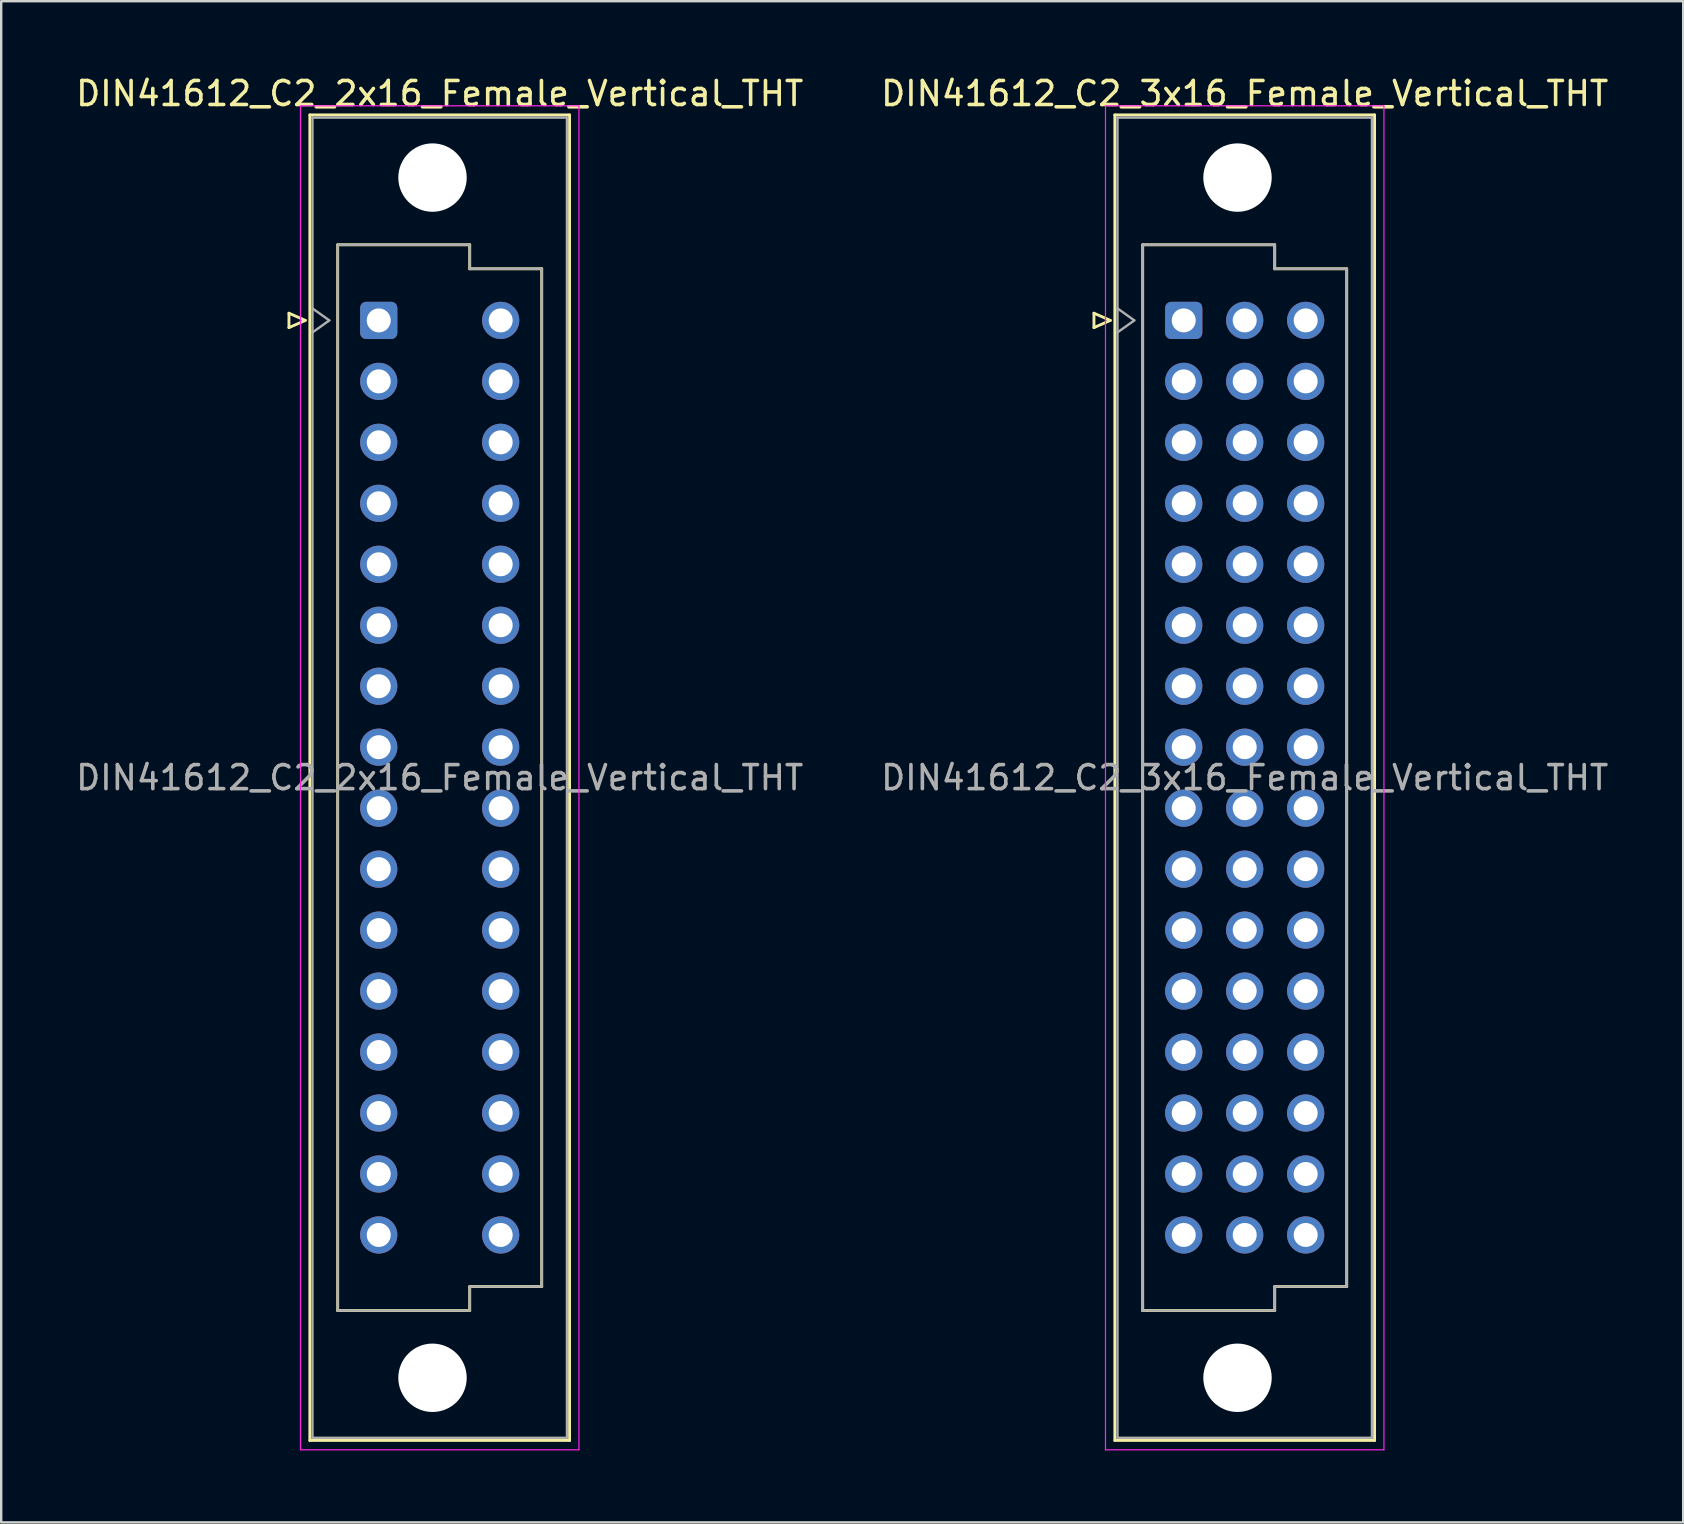
<source format=kicad_pcb>
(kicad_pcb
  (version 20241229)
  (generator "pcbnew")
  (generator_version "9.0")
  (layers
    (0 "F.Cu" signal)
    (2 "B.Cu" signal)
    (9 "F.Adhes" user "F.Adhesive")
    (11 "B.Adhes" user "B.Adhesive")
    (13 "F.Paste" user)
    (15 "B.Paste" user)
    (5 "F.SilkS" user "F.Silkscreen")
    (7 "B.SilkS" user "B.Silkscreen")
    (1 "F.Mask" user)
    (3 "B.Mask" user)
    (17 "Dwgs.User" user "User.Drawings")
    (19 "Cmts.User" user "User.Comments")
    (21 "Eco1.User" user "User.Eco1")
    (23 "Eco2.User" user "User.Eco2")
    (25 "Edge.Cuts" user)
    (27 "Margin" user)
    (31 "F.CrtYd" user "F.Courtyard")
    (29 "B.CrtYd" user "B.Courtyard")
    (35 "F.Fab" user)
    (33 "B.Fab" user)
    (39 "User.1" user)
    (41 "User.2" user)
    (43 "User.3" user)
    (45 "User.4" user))
  (footprint "DIN41612_C2_3x16_Female_Vertical_THT"
    (layer "F.Cu")
    (at 46.264 10.298)
    (property "Reference" "DIN41612_C2_3x16_Female_Vertical_THT" (at 2.54 -9.45 0) (layer "F.SilkS") (effects (font (size 1 1) (thickness 0.15))))
    (attr through_hole)
    (fp_line (start -3.74 -0.3) (end -3.74 0.3) (stroke (width 0.12) (type solid)) (layer "F.SilkS"))
    (fp_line (start -3.74 0.3) (end -3.06 0) (stroke (width 0.12) (type solid)) (layer "F.SilkS"))
    (fp_line (start -3.06 0) (end -3.74 -0.3) (stroke (width 0.12) (type solid)) (layer "F.SilkS"))
    (fp_line (start -2.87 -8.56) (end 7.95 -8.56) (stroke (width 0.12) (type solid)) (layer "F.SilkS"))
    (fp_line (start -2.87 46.66) (end -2.87 -8.56) (stroke (width 0.12) (type solid)) (layer "F.SilkS"))
    (fp_line (start -1.71 -3.15) (end 3.79 -3.15) (stroke (width 0.12) (type solid)) (layer "F.SilkS"))
    (fp_line (start -1.71 41.25) (end -1.71 -3.15) (stroke (width 0.12) (type solid)) (layer "F.SilkS"))
    (fp_line (start 3.79 -3.15) (end 3.79 -2.15) (stroke (width 0.12) (type solid)) (layer "F.SilkS"))
    (fp_line (start 3.79 -2.15) (end 6.79 -2.15) (stroke (width 0.12) (type solid)) (layer "F.SilkS"))
    (fp_line (start 3.79 40.25) (end 3.79 41.25) (stroke (width 0.12) (type solid)) (layer "F.SilkS"))
    (fp_line (start 3.79 41.25) (end -1.71 41.25) (stroke (width 0.12) (type solid)) (layer "F.SilkS"))
    (fp_line (start 6.79 -2.15) (end 6.79 40.25) (stroke (width 0.12) (type solid)) (layer "F.SilkS"))
    (fp_line (start 6.79 40.25) (end 3.79 40.25) (stroke (width 0.12) (type solid)) (layer "F.SilkS"))
    (fp_line (start 7.95 -8.56) (end 7.95 46.66) (stroke (width 0.12) (type solid)) (layer "F.SilkS"))
    (fp_line (start 7.95 46.66) (end -2.87 46.66) (stroke (width 0.12) (type solid)) (layer "F.SilkS"))
    (fp_line (start -3.26 -8.94) (end 8.34 -8.94) (stroke (width 0.05) (type solid)) (layer "F.CrtYd"))
    (fp_line (start -3.26 47.05) (end -3.26 -8.94) (stroke (width 0.05) (type solid)) (layer "F.CrtYd"))
    (fp_line (start 8.34 -8.94) (end 8.34 47.05) (stroke (width 0.05) (type solid)) (layer "F.CrtYd"))
    (fp_line (start 8.34 47.05) (end -3.26 47.05) (stroke (width 0.05) (type solid)) (layer "F.CrtYd"))
    (fp_line (start -2.76 -8.45) (end 7.84 -8.45) (stroke (width 0.1) (type solid)) (layer "F.Fab"))
    (fp_line (start -2.76 -0.5) (end -2.06 0) (stroke (width 0.1) (type solid)) (layer "F.Fab"))
    (fp_line (start -2.76 46.55) (end -2.76 -8.45) (stroke (width 0.1) (type solid)) (layer "F.Fab"))
    (fp_line (start -2.06 0) (end -2.76 0.5) (stroke (width 0.1) (type solid)) (layer "F.Fab"))
    (fp_line (start -1.71 -3.15) (end 3.79 -3.15) (stroke (width 0.1) (type solid)) (layer "F.Fab"))
    (fp_line (start -1.71 41.25) (end -1.71 -3.15) (stroke (width 0.1) (type solid)) (layer "F.Fab"))
    (fp_line (start 3.79 -3.15) (end 3.79 -2.15) (stroke (width 0.1) (type solid)) (layer "F.Fab"))
    (fp_line (start 3.79 -2.15) (end 6.79 -2.15) (stroke (width 0.1) (type solid)) (layer "F.Fab"))
    (fp_line (start 3.79 40.25) (end 3.79 41.25) (stroke (width 0.1) (type solid)) (layer "F.Fab"))
    (fp_line (start 3.79 41.25) (end -1.71 41.25) (stroke (width 0.1) (type solid)) (layer "F.Fab"))
    (fp_line (start 6.79 -2.15) (end 6.79 40.25) (stroke (width 0.1) (type solid)) (layer "F.Fab"))
    (fp_line (start 6.79 40.25) (end 3.79 40.25) (stroke (width 0.1) (type solid)) (layer "F.Fab"))
    (fp_line (start 7.84 -8.45) (end 7.84 46.55) (stroke (width 0.1) (type solid)) (layer "F.Fab"))
    (fp_line (start 7.84 46.55) (end -2.76 46.55) (stroke (width 0.1) (type solid)) (layer "F.Fab"))
    (fp_text user "${REFERENCE}" (at 2.54 19.05 0) (layer "F.Fab") (effects (font (size 1 1) (thickness 0.15))))
    (pad "" np_thru_hole circle (at 2.24 -5.95) (size 2.85 2.85) (drill 2.85) (layers "*.Cu" "*.Mask"))
    (pad "" np_thru_hole circle (at 2.24 44.05) (size 2.85 2.85) (drill 2.85) (layers "*.Cu" "*.Mask"))
    (pad "a1" thru_hole roundrect (at 0 0) (size 1.55 1.55) (drill 1) (layers "*.Cu" "*.Mask") (roundrect_rratio 0.161))
    (pad "a2" thru_hole circle (at 0 2.54) (size 1.55 1.55) (drill 1) (layers "*.Cu" "*.Mask"))
    (pad "a3" thru_hole circle (at 0 5.08) (size 1.55 1.55) (drill 1) (layers "*.Cu" "*.Mask"))
    (pad "a4" thru_hole circle (at 0 7.62) (size 1.55 1.55) (drill 1) (layers "*.Cu" "*.Mask"))
    (pad "a5" thru_hole circle (at 0 10.16) (size 1.55 1.55) (drill 1) (layers "*.Cu" "*.Mask"))
    (pad "a6" thru_hole circle (at 0 12.7) (size 1.55 1.55) (drill 1) (layers "*.Cu" "*.Mask"))
    (pad "a7" thru_hole circle (at 0 15.24) (size 1.55 1.55) (drill 1) (layers "*.Cu" "*.Mask"))
    (pad "a8" thru_hole circle (at 0 17.78) (size 1.55 1.55) (drill 1) (layers "*.Cu" "*.Mask"))
    (pad "a9" thru_hole circle (at 0 20.32) (size 1.55 1.55) (drill 1) (layers "*.Cu" "*.Mask"))
    (pad "a10" thru_hole circle (at 0 22.86) (size 1.55 1.55) (drill 1) (layers "*.Cu" "*.Mask"))
    (pad "a11" thru_hole circle (at 0 25.4) (size 1.55 1.55) (drill 1) (layers "*.Cu" "*.Mask"))
    (pad "a12" thru_hole circle (at 0 27.94) (size 1.55 1.55) (drill 1) (layers "*.Cu" "*.Mask"))
    (pad "a13" thru_hole circle (at 0 30.48) (size 1.55 1.55) (drill 1) (layers "*.Cu" "*.Mask"))
    (pad "a14" thru_hole circle (at 0 33.02) (size 1.55 1.55) (drill 1) (layers "*.Cu" "*.Mask"))
    (pad "a15" thru_hole circle (at 0 35.56) (size 1.55 1.55) (drill 1) (layers "*.Cu" "*.Mask"))
    (pad "a16" thru_hole circle (at 0 38.1) (size 1.55 1.55) (drill 1) (layers "*.Cu" "*.Mask"))
    (pad "b1" thru_hole circle (at 2.54 0) (size 1.55 1.55) (drill 1) (layers "*.Cu" "*.Mask"))
    (pad "b2" thru_hole circle (at 2.54 2.54) (size 1.55 1.55) (drill 1) (layers "*.Cu" "*.Mask"))
    (pad "b3" thru_hole circle (at 2.54 5.08) (size 1.55 1.55) (drill 1) (layers "*.Cu" "*.Mask"))
    (pad "b4" thru_hole circle (at 2.54 7.62) (size 1.55 1.55) (drill 1) (layers "*.Cu" "*.Mask"))
    (pad "b5" thru_hole circle (at 2.54 10.16) (size 1.55 1.55) (drill 1) (layers "*.Cu" "*.Mask"))
    (pad "b6" thru_hole circle (at 2.54 12.7) (size 1.55 1.55) (drill 1) (layers "*.Cu" "*.Mask"))
    (pad "b7" thru_hole circle (at 2.54 15.24) (size 1.55 1.55) (drill 1) (layers "*.Cu" "*.Mask"))
    (pad "b8" thru_hole circle (at 2.54 17.78) (size 1.55 1.55) (drill 1) (layers "*.Cu" "*.Mask"))
    (pad "b9" thru_hole circle (at 2.54 20.32) (size 1.55 1.55) (drill 1) (layers "*.Cu" "*.Mask"))
    (pad "b10" thru_hole circle (at 2.54 22.86) (size 1.55 1.55) (drill 1) (layers "*.Cu" "*.Mask"))
    (pad "b11" thru_hole circle (at 2.54 25.4) (size 1.55 1.55) (drill 1) (layers "*.Cu" "*.Mask"))
    (pad "b12" thru_hole circle (at 2.54 27.94) (size 1.55 1.55) (drill 1) (layers "*.Cu" "*.Mask"))
    (pad "b13" thru_hole circle (at 2.54 30.48) (size 1.55 1.55) (drill 1) (layers "*.Cu" "*.Mask"))
    (pad "b14" thru_hole circle (at 2.54 33.02) (size 1.55 1.55) (drill 1) (layers "*.Cu" "*.Mask"))
    (pad "b15" thru_hole circle (at 2.54 35.56) (size 1.55 1.55) (drill 1) (layers "*.Cu" "*.Mask"))
    (pad "b16" thru_hole circle (at 2.54 38.1) (size 1.55 1.55) (drill 1) (layers "*.Cu" "*.Mask"))
    (pad "c1" thru_hole circle (at 5.08 0) (size 1.55 1.55) (drill 1) (layers "*.Cu" "*.Mask"))
    (pad "c2" thru_hole circle (at 5.08 2.54) (size 1.55 1.55) (drill 1) (layers "*.Cu" "*.Mask"))
    (pad "c3" thru_hole circle (at 5.08 5.08) (size 1.55 1.55) (drill 1) (layers "*.Cu" "*.Mask"))
    (pad "c4" thru_hole circle (at 5.08 7.62) (size 1.55 1.55) (drill 1) (layers "*.Cu" "*.Mask"))
    (pad "c5" thru_hole circle (at 5.08 10.16) (size 1.55 1.55) (drill 1) (layers "*.Cu" "*.Mask"))
    (pad "c6" thru_hole circle (at 5.08 12.7) (size 1.55 1.55) (drill 1) (layers "*.Cu" "*.Mask"))
    (pad "c7" thru_hole circle (at 5.08 15.24) (size 1.55 1.55) (drill 1) (layers "*.Cu" "*.Mask"))
    (pad "c8" thru_hole circle (at 5.08 17.78) (size 1.55 1.55) (drill 1) (layers "*.Cu" "*.Mask"))
    (pad "c9" thru_hole circle (at 5.08 20.32) (size 1.55 1.55) (drill 1) (layers "*.Cu" "*.Mask"))
    (pad "c10" thru_hole circle (at 5.08 22.86) (size 1.55 1.55) (drill 1) (layers "*.Cu" "*.Mask"))
    (pad "c11" thru_hole circle (at 5.08 25.4) (size 1.55 1.55) (drill 1) (layers "*.Cu" "*.Mask"))
    (pad "c12" thru_hole circle (at 5.08 27.94) (size 1.55 1.55) (drill 1) (layers "*.Cu" "*.Mask"))
    (pad "c13" thru_hole circle (at 5.08 30.48) (size 1.55 1.55) (drill 1) (layers "*.Cu" "*.Mask"))
    (pad "c14" thru_hole circle (at 5.08 33.02) (size 1.55 1.55) (drill 1) (layers "*.Cu" "*.Mask"))
    (pad "c15" thru_hole circle (at 5.08 35.56) (size 1.55 1.55) (drill 1) (layers "*.Cu" "*.Mask"))
    (pad "c16" thru_hole circle (at 5.08 38.1) (size 1.55 1.55) (drill 1) (layers "*.Cu" "*.Mask")))
  (footprint "DIN41612_C2_2x16_Female_Vertical_THT"
    (layer "F.Cu")
    (at 12.728 10.298)
    (property "Reference" "DIN41612_C2_2x16_Female_Vertical_THT" (at 2.54 -9.45 0) (layer "F.SilkS") (effects (font (size 1 1) (thickness 0.15))))
    (attr through_hole)
    (fp_line (start -3.74 -0.3) (end -3.74 0.3) (stroke (width 0.12) (type solid)) (layer "F.SilkS"))
    (fp_line (start -3.74 0.3) (end -3.06 0) (stroke (width 0.12) (type solid)) (layer "F.SilkS"))
    (fp_line (start -3.06 0) (end -3.74 -0.3) (stroke (width 0.12) (type solid)) (layer "F.SilkS"))
    (fp_line (start -2.87 -8.56) (end 7.95 -8.56) (stroke (width 0.12) (type solid)) (layer "F.SilkS"))
    (fp_line (start -2.87 46.66) (end -2.87 -8.56) (stroke (width 0.12) (type solid)) (layer "F.SilkS"))
    (fp_line (start -1.71 -3.15) (end 3.79 -3.15) (stroke (width 0.12) (type solid)) (layer "F.SilkS"))
    (fp_line (start -1.71 41.25) (end -1.71 -3.15) (stroke (width 0.12) (type solid)) (layer "F.SilkS"))
    (fp_line (start 3.79 -3.15) (end 3.79 -2.15) (stroke (width 0.12) (type solid)) (layer "F.SilkS"))
    (fp_line (start 3.79 -2.15) (end 6.79 -2.15) (stroke (width 0.12) (type solid)) (layer "F.SilkS"))
    (fp_line (start 3.79 40.25) (end 3.79 41.25) (stroke (width 0.12) (type solid)) (layer "F.SilkS"))
    (fp_line (start 3.79 41.25) (end -1.71 41.25) (stroke (width 0.12) (type solid)) (layer "F.SilkS"))
    (fp_line (start 6.79 -2.15) (end 6.79 40.25) (stroke (width 0.12) (type solid)) (layer "F.SilkS"))
    (fp_line (start 6.79 40.25) (end 3.79 40.25) (stroke (width 0.12) (type solid)) (layer "F.SilkS"))
    (fp_line (start 7.95 -8.56) (end 7.95 46.66) (stroke (width 0.12) (type solid)) (layer "F.SilkS"))
    (fp_line (start 7.95 46.66) (end -2.87 46.66) (stroke (width 0.12) (type solid)) (layer "F.SilkS"))
    (fp_line (start -3.26 -8.94) (end 8.34 -8.94) (stroke (width 0.05) (type solid)) (layer "F.CrtYd"))
    (fp_line (start -3.26 47.05) (end -3.26 -8.94) (stroke (width 0.05) (type solid)) (layer "F.CrtYd"))
    (fp_line (start 8.34 -8.94) (end 8.34 47.05) (stroke (width 0.05) (type solid)) (layer "F.CrtYd"))
    (fp_line (start 8.34 47.05) (end -3.26 47.05) (stroke (width 0.05) (type solid)) (layer "F.CrtYd"))
    (fp_line (start -2.76 -8.45) (end 7.84 -8.45) (stroke (width 0.1) (type solid)) (layer "F.Fab"))
    (fp_line (start -2.76 -0.5) (end -2.06 0) (stroke (width 0.1) (type solid)) (layer "F.Fab"))
    (fp_line (start -2.76 46.55) (end -2.76 -8.45) (stroke (width 0.1) (type solid)) (layer "F.Fab"))
    (fp_line (start -2.06 0) (end -2.76 0.5) (stroke (width 0.1) (type solid)) (layer "F.Fab"))
    (fp_line (start -1.71 -3.15) (end 3.79 -3.15) (stroke (width 0.1) (type solid)) (layer "F.Fab"))
    (fp_line (start -1.71 41.25) (end -1.71 -3.15) (stroke (width 0.1) (type solid)) (layer "F.Fab"))
    (fp_line (start 3.79 -3.15) (end 3.79 -2.15) (stroke (width 0.1) (type solid)) (layer "F.Fab"))
    (fp_line (start 3.79 -2.15) (end 6.79 -2.15) (stroke (width 0.1) (type solid)) (layer "F.Fab"))
    (fp_line (start 3.79 40.25) (end 3.79 41.25) (stroke (width 0.1) (type solid)) (layer "F.Fab"))
    (fp_line (start 3.79 41.25) (end -1.71 41.25) (stroke (width 0.1) (type solid)) (layer "F.Fab"))
    (fp_line (start 6.79 -2.15) (end 6.79 40.25) (stroke (width 0.1) (type solid)) (layer "F.Fab"))
    (fp_line (start 6.79 40.25) (end 3.79 40.25) (stroke (width 0.1) (type solid)) (layer "F.Fab"))
    (fp_line (start 7.84 -8.45) (end 7.84 46.55) (stroke (width 0.1) (type solid)) (layer "F.Fab"))
    (fp_line (start 7.84 46.55) (end -2.76 46.55) (stroke (width 0.1) (type solid)) (layer "F.Fab"))
    (fp_text user "${REFERENCE}" (at 2.54 19.05 0) (layer "F.Fab") (effects (font (size 1 1) (thickness 0.15))))
    (pad "" np_thru_hole circle (at 2.24 -5.95) (size 2.85 2.85) (drill 2.85) (layers "*.Cu" "*.Mask"))
    (pad "" np_thru_hole circle (at 2.24 44.05) (size 2.85 2.85) (drill 2.85) (layers "*.Cu" "*.Mask"))
    (pad "a1" thru_hole roundrect (at 0 0) (size 1.55 1.55) (drill 1) (layers "*.Cu" "*.Mask") (roundrect_rratio 0.161))
    (pad "a2" thru_hole circle (at 0 2.54) (size 1.55 1.55) (drill 1) (layers "*.Cu" "*.Mask"))
    (pad "a3" thru_hole circle (at 0 5.08) (size 1.55 1.55) (drill 1) (layers "*.Cu" "*.Mask"))
    (pad "a4" thru_hole circle (at 0 7.62) (size 1.55 1.55) (drill 1) (layers "*.Cu" "*.Mask"))
    (pad "a5" thru_hole circle (at 0 10.16) (size 1.55 1.55) (drill 1) (layers "*.Cu" "*.Mask"))
    (pad "a6" thru_hole circle (at 0 12.7) (size 1.55 1.55) (drill 1) (layers "*.Cu" "*.Mask"))
    (pad "a7" thru_hole circle (at 0 15.24) (size 1.55 1.55) (drill 1) (layers "*.Cu" "*.Mask"))
    (pad "a8" thru_hole circle (at 0 17.78) (size 1.55 1.55) (drill 1) (layers "*.Cu" "*.Mask"))
    (pad "a9" thru_hole circle (at 0 20.32) (size 1.55 1.55) (drill 1) (layers "*.Cu" "*.Mask"))
    (pad "a10" thru_hole circle (at 0 22.86) (size 1.55 1.55) (drill 1) (layers "*.Cu" "*.Mask"))
    (pad "a11" thru_hole circle (at 0 25.4) (size 1.55 1.55) (drill 1) (layers "*.Cu" "*.Mask"))
    (pad "a12" thru_hole circle (at 0 27.94) (size 1.55 1.55) (drill 1) (layers "*.Cu" "*.Mask"))
    (pad "a13" thru_hole circle (at 0 30.48) (size 1.55 1.55) (drill 1) (layers "*.Cu" "*.Mask"))
    (pad "a14" thru_hole circle (at 0 33.02) (size 1.55 1.55) (drill 1) (layers "*.Cu" "*.Mask"))
    (pad "a15" thru_hole circle (at 0 35.56) (size 1.55 1.55) (drill 1) (layers "*.Cu" "*.Mask"))
    (pad "a16" thru_hole circle (at 0 38.1) (size 1.55 1.55) (drill 1) (layers "*.Cu" "*.Mask"))
    (pad "c1" thru_hole circle (at 5.08 0) (size 1.55 1.55) (drill 1) (layers "*.Cu" "*.Mask"))
    (pad "c2" thru_hole circle (at 5.08 2.54) (size 1.55 1.55) (drill 1) (layers "*.Cu" "*.Mask"))
    (pad "c3" thru_hole circle (at 5.08 5.08) (size 1.55 1.55) (drill 1) (layers "*.Cu" "*.Mask"))
    (pad "c4" thru_hole circle (at 5.08 7.62) (size 1.55 1.55) (drill 1) (layers "*.Cu" "*.Mask"))
    (pad "c5" thru_hole circle (at 5.08 10.16) (size 1.55 1.55) (drill 1) (layers "*.Cu" "*.Mask"))
    (pad "c6" thru_hole circle (at 5.08 12.7) (size 1.55 1.55) (drill 1) (layers "*.Cu" "*.Mask"))
    (pad "c7" thru_hole circle (at 5.08 15.24) (size 1.55 1.55) (drill 1) (layers "*.Cu" "*.Mask"))
    (pad "c8" thru_hole circle (at 5.08 17.78) (size 1.55 1.55) (drill 1) (layers "*.Cu" "*.Mask"))
    (pad "c9" thru_hole circle (at 5.08 20.32) (size 1.55 1.55) (drill 1) (layers "*.Cu" "*.Mask"))
    (pad "c10" thru_hole circle (at 5.08 22.86) (size 1.55 1.55) (drill 1) (layers "*.Cu" "*.Mask"))
    (pad "c11" thru_hole circle (at 5.08 25.4) (size 1.55 1.55) (drill 1) (layers "*.Cu" "*.Mask"))
    (pad "c12" thru_hole circle (at 5.08 27.94) (size 1.55 1.55) (drill 1) (layers "*.Cu" "*.Mask"))
    (pad "c13" thru_hole circle (at 5.08 30.48) (size 1.55 1.55) (drill 1) (layers "*.Cu" "*.Mask"))
    (pad "c14" thru_hole circle (at 5.08 33.02) (size 1.55 1.55) (drill 1) (layers "*.Cu" "*.Mask"))
    (pad "c15" thru_hole circle (at 5.08 35.56) (size 1.55 1.55) (drill 1) (layers "*.Cu" "*.Mask"))
    (pad "c16" thru_hole circle (at 5.08 38.1) (size 1.55 1.55) (drill 1) (layers "*.Cu" "*.Mask")))
  (gr_rect
    (start -3 -3)
    (end 67.071 60.373)
    (stroke (width 0.1) (type default))
    (fill no)
    (layer "Edge.Cuts")))
</source>
